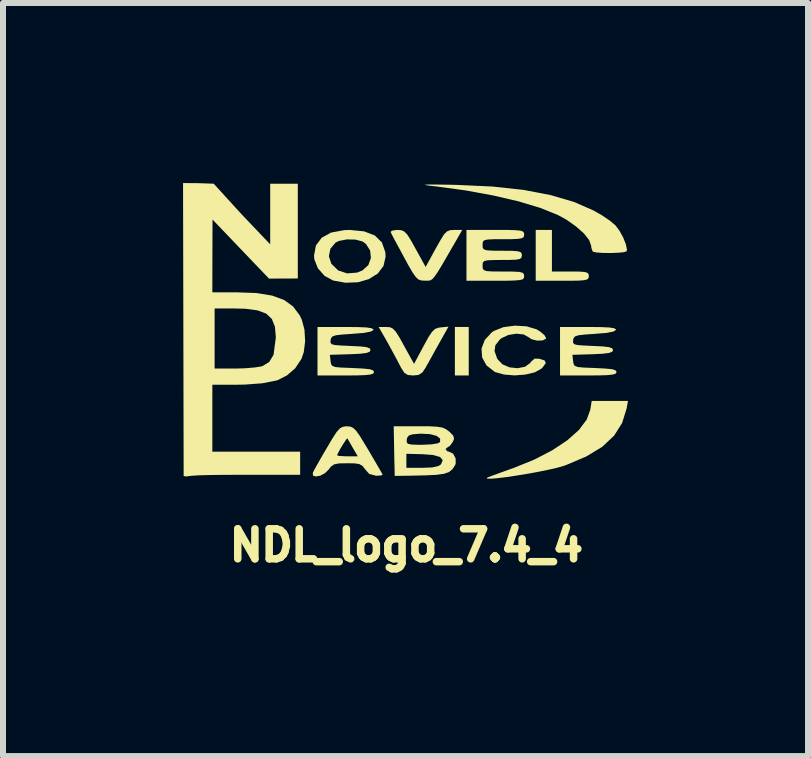
<source format=kicad_pcb>
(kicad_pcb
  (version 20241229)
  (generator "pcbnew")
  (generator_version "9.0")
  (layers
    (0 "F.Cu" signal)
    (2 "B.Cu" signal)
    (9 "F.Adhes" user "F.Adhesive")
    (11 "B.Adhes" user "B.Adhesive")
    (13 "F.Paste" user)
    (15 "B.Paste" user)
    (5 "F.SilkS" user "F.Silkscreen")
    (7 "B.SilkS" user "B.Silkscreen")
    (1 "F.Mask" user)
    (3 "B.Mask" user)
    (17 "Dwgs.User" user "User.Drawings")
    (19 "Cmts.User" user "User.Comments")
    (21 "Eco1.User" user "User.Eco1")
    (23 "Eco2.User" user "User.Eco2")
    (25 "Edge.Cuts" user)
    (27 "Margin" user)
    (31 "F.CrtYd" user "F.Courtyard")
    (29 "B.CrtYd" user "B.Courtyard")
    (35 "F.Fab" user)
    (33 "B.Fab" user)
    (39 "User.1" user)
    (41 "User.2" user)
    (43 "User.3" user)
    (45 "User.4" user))
  (footprint "NDL_logo_7.4_4"
    (layer "F.Cu")
    (at 3.721 2.436)
    (property "Reference" "NDL_logo_7.4_4" (at 0 3.6 0) (layer "F.SilkS") (effects (font (size 0.5 0.5) (thickness 0.125))))
    (attr through_hole)
    (fp_poly (pts (xy 1.039 0.77) (xy 0.924 0.77) (xy 0.808 0.77) (xy 0.808 0.366) (xy 0.808 -0.038) (xy 0.924 -0.038) (xy 1.039 -0.038) (xy 1.039 0.366) (xy 1.039 0.77)) (stroke (width 0.0001) (type solid)) (fill yes) (layer "F.SilkS"))
    (fp_poly (pts (xy 3.04 -0.884) (xy 3.035 -0.852) (xy 3.012 -0.83) (xy 2.959 -0.817) (xy 2.861 -0.81) (xy 2.706 -0.808) (xy 2.598 -0.808) (xy 2.155 -0.808) (xy 2.155 -1.231) (xy 2.155 -1.655) (xy 2.289 -1.655) (xy 2.425 -1.655) (xy 2.425 -1.308) (xy 2.425 -0.962) (xy 2.733 -0.962) (xy 2.885 -0.961) (xy 2.978 -0.953) (xy 3.024 -0.936) (xy 3.039 -0.905) (xy 3.04 -0.884)) (stroke (width 0.0001) (type solid)) (fill yes) (layer "F.SilkS"))
    (fp_poly (pts (xy 0.702 -0.044) (xy 0.555 0.218) (xy 0.471 0.368) (xy 0.391 0.513) (xy 0.33 0.621) (xy 0.329 0.626) (xy 0.268 0.719) (xy 0.204 0.761) (xy 0.113 0.77) (xy 0.025 0.762) (xy -0.034 0.726) (xy -0.088 0.642) (xy -0.106 0.606) (xy -0.17 0.485) (xy -0.252 0.333) (xy -0.324 0.202) (xy -0.462 -0.038) (xy -0.336 -0.038) (xy -0.274 -0.034) (xy -0.224 -0.01) (xy -0.174 0.044) (xy -0.112 0.143) (xy -0.042 0.27) (xy 0.128 0.577) (xy 0.287 0.279) (xy 0.367 0.134) (xy 0.426 0.045) (xy 0.477 -0.005) (xy 0.532 -0.025) (xy 0.574 -0.031) (xy 0.702 -0.044)) (stroke (width 0.0001) (type solid)) (fill yes) (layer "F.SilkS"))
    (fp_poly (pts (xy 3.692 1.194) (xy 3.67 1.319) (xy 3.595 1.561) (xy 3.461 1.773) (xy 3.264 1.958) (xy 2.999 2.119) (xy 2.665 2.261) (xy 2.622 2.276) (xy 2.515 2.307) (xy 2.371 2.34) (xy 2.205 2.374) (xy 2.026 2.407) (xy 1.847 2.436) (xy 1.678 2.462) (xy 1.531 2.48) (xy 1.418 2.49) (xy 1.349 2.49) (xy 1.337 2.479) (xy 1.366 2.464) (xy 1.435 2.438) (xy 1.556 2.394) (xy 1.708 2.339) (xy 1.79 2.31) (xy 2.131 2.172) (xy 2.43 2.017) (xy 2.68 1.851) (xy 2.874 1.679) (xy 3.004 1.506) (xy 3.064 1.343) (xy 3.088 1.194) (xy 3.391 1.194) (xy 3.692 1.194)) (stroke (width 0.0001) (type solid)) (fill yes) (layer "F.SilkS"))
    (fp_poly (pts (xy 0.931 -1.655) (xy 0.826 -1.472) (xy 0.695 -1.246) (xy 0.598 -1.078) (xy 0.526 -0.959) (xy 0.473 -0.882) (xy 0.434 -0.837) (xy 0.401 -0.815) (xy 0.366 -0.809) (xy 0.324 -0.809) (xy 0.308 -0.809) (xy 0.248 -0.813) (xy 0.201 -0.829) (xy 0.156 -0.871) (xy 0.102 -0.948) (xy 0.029 -1.074) (xy -0.038 -1.198) (xy -0.123 -1.355) (xy -0.195 -1.488) (xy -0.244 -1.582) (xy -0.263 -1.621) (xy -0.239 -1.643) (xy -0.162 -1.655) (xy -0.147 -1.655) (xy -0.083 -1.65) (xy -0.034 -1.628) (xy 0.016 -1.576) (xy 0.077 -1.479) (xy 0.151 -1.346) (xy 0.321 -1.038) (xy 0.489 -1.346) (xy 0.572 -1.492) (xy 0.629 -1.583) (xy 0.678 -1.631) (xy 0.729 -1.651) (xy 0.794 -1.655) (xy 0.931 -1.655)) (stroke (width 0.0001) (type solid)) (fill yes) (layer "F.SilkS"))
    (fp_poly (pts (xy -0.346 -1.211) (xy -0.381 -1.055) (xy -0.477 -0.928) (xy -0.591 -0.857) (xy -0.591 -1.187) (xy -0.604 -1.312) (xy -0.672 -1.419) (xy -0.73 -1.462) (xy -0.846 -1.494) (xy -0.991 -1.497) (xy -1.122 -1.472) (xy -1.18 -1.444) (xy -1.266 -1.342) (xy -1.291 -1.215) (xy -1.25 -1.091) (xy -1.136 -0.98) (xy -0.987 -0.931) (xy -0.822 -0.944) (xy -0.733 -0.98) (xy -0.634 -1.069) (xy -0.591 -1.187) (xy -0.591 -0.857) (xy -0.624 -0.836) (xy -0.806 -0.783) (xy -1.015 -0.775) (xy -1.219 -0.812) (xy -1.363 -0.889) (xy -1.474 -1.015) (xy -1.534 -1.166) (xy -1.539 -1.226) (xy -1.507 -1.396) (xy -1.411 -1.525) (xy -1.254 -1.611) (xy -1.038 -1.651) (xy -0.943 -1.655) (xy -0.704 -1.631) (xy -0.525 -1.562) (xy -0.408 -1.447) (xy -0.351 -1.286) (xy -0.346 -1.211)) (stroke (width 0.0001) (type solid)) (fill yes) (layer "F.SilkS"))
    (fp_poly (pts (xy 3.675 -1.327) (xy 3.669 -1.299) (xy 3.624 -1.284) (xy 3.527 -1.275) (xy 3.402 -1.27) (xy 3.274 -1.272) (xy 3.168 -1.279) (xy 3.108 -1.293) (xy 3.105 -1.295) (xy 3.083 -1.352) (xy 3.079 -1.391) (xy 3.046 -1.485) (xy 2.957 -1.597) (xy 2.825 -1.714) (xy 2.665 -1.827) (xy 2.525 -1.903) (xy 2.231 -2.022) (xy 1.869 -2.131) (xy 1.452 -2.228) (xy 0.989 -2.313) (xy 0.489 -2.381) (xy 0.462 -2.383) (xy 0.359 -2.396) (xy 0.308 -2.405) (xy 0.315 -2.409) (xy 0.383 -2.412) (xy 0.516 -2.411) (xy 0.72 -2.408) (xy 0.846 -2.405) (xy 1.433 -2.378) (xy 1.952 -2.322) (xy 2.406 -2.235) (xy 2.799 -2.119) (xy 3.12 -1.978) (xy 3.263 -1.896) (xy 3.392 -1.808) (xy 3.48 -1.734) (xy 3.481 -1.734) (xy 3.55 -1.642) (xy 3.613 -1.528) (xy 3.658 -1.414) (xy 3.675 -1.327)) (stroke (width 0.0001) (type solid)) (fill yes) (layer "F.SilkS"))
    (fp_poly (pts (xy 2.329 0.148) (xy 2.326 0.157) (xy 2.269 0.187) (xy 2.176 0.189) (xy 2.085 0.166) (xy 2.04 0.135) (xy 1.955 0.087) (xy 1.832 0.074) (xy 1.7 0.095) (xy 1.586 0.148) (xy 1.556 0.172) (xy 1.482 0.268) (xy 1.469 0.364) (xy 1.511 0.484) (xy 1.519 0.499) (xy 1.6 0.584) (xy 1.719 0.635) (xy 1.853 0.649) (xy 1.977 0.625) (xy 2.066 0.56) (xy 2.077 0.541) (xy 2.138 0.489) (xy 2.212 0.491) (xy 2.303 0.519) (xy 2.323 0.563) (xy 2.273 0.633) (xy 2.248 0.658) (xy 2.139 0.718) (xy 1.982 0.755) (xy 1.805 0.769) (xy 1.629 0.755) (xy 1.484 0.715) (xy 1.47 0.708) (xy 1.335 0.603) (xy 1.262 0.469) (xy 1.252 0.322) (xy 1.306 0.179) (xy 1.422 0.053) (xy 1.459 0.028) (xy 1.617 -0.035) (xy 1.807 -0.06) (xy 2.001 -0.049) (xy 2.168 0.001) (xy 2.226 0.035) (xy 2.299 0.097) (xy 2.329 0.148)) (stroke (width 0.0001) (type solid)) (fill yes) (layer "F.SilkS"))
    (fp_poly (pts (xy -0.539 0.714) (xy -0.552 0.738) (xy -0.597 0.754) (xy -0.686 0.764) (xy -0.83 0.769) (xy -1.01 0.77) (xy -1.481 0.77) (xy -1.481 0.366) (xy -1.481 -0.038) (xy -1.01 -0.038) (xy -0.802 -0.036) (xy -0.662 -0.03) (xy -0.581 -0.017) (xy -0.55 0.001) (xy -0.548 0.01) (xy -0.591 0.038) (xy -0.707 0.061) (xy -0.897 0.076) (xy -0.904 0.077) (xy -1.069 0.088) (xy -1.173 0.1) (xy -1.23 0.119) (xy -1.255 0.148) (xy -1.263 0.181) (xy -1.264 0.222) (xy -1.246 0.248) (xy -1.192 0.263) (xy -1.089 0.271) (xy -0.936 0.278) (xy -0.768 0.286) (xy -0.664 0.298) (xy -0.611 0.318) (xy -0.597 0.346) (xy -0.612 0.375) (xy -0.666 0.395) (xy -0.771 0.408) (xy -0.936 0.416) (xy -1.275 0.426) (xy -1.263 0.531) (xy -1.255 0.58) (xy -1.234 0.611) (xy -1.186 0.629) (xy -1.095 0.638) (xy -0.944 0.644) (xy -0.895 0.646) (xy -0.722 0.655) (xy -0.612 0.666) (xy -0.555 0.685) (xy -0.539 0.712) (xy -0.539 0.714)) (stroke (width 0.0001) (type solid)) (fill yes) (layer "F.SilkS"))
    (fp_poly (pts (xy 3.502 0.714) (xy 3.489 0.738) (xy 3.444 0.754) (xy 3.355 0.764) (xy 3.211 0.769) (xy 3.031 0.77) (xy 2.56 0.77) (xy 2.56 0.366) (xy 2.56 -0.038) (xy 3.031 -0.038) (xy 3.239 -0.036) (xy 3.379 -0.03) (xy 3.46 -0.017) (xy 3.491 0.001) (xy 3.493 0.01) (xy 3.45 0.038) (xy 3.334 0.061) (xy 3.144 0.076) (xy 3.137 0.077) (xy 2.972 0.088) (xy 2.868 0.1) (xy 2.811 0.119) (xy 2.786 0.148) (xy 2.778 0.181) (xy 2.777 0.222) (xy 2.795 0.248) (xy 2.849 0.263) (xy 2.952 0.271) (xy 3.105 0.278) (xy 3.273 0.286) (xy 3.377 0.298) (xy 3.43 0.318) (xy 3.444 0.346) (xy 3.429 0.375) (xy 3.375 0.395) (xy 3.27 0.408) (xy 3.105 0.416) (xy 2.766 0.426) (xy 2.778 0.531) (xy 2.786 0.58) (xy 2.807 0.611) (xy 2.855 0.629) (xy 2.946 0.638) (xy 3.096 0.644) (xy 3.146 0.646) (xy 3.319 0.655) (xy 3.429 0.666) (xy 3.486 0.685) (xy 3.502 0.712) (xy 3.502 0.714)) (stroke (width 0.0001) (type solid)) (fill yes) (layer "F.SilkS"))
    (fp_poly (pts (xy -0.395 2.422) (xy -0.421 2.436) (xy -0.499 2.441) (xy -0.504 2.441) (xy -0.618 2.411) (xy -0.687 2.334) (xy -0.73 2.278) (xy -0.783 2.247) (xy -0.81 2.242) (xy -0.81 2.117) (xy -0.894 1.973) (xy -0.946 1.882) (xy -0.979 1.825) (xy -0.984 1.817) (xy -1.004 1.839) (xy -1.047 1.904) (xy -1.097 1.985) (xy -1.137 2.059) (xy -1.155 2.1) (xy -1.12 2.111) (xy -1.033 2.116) (xy -0.983 2.117) (xy -0.81 2.117) (xy -0.81 2.242) (xy -0.871 2.234) (xy -0.987 2.233) (xy -1.121 2.235) (xy -1.203 2.251) (xy -1.256 2.287) (xy -1.295 2.338) (xy -1.358 2.399) (xy -1.436 2.44) (xy -1.51 2.453) (xy -1.556 2.437) (xy -1.559 2.392) (xy -1.532 2.338) (xy -1.474 2.234) (xy -1.396 2.097) (xy -1.325 1.977) (xy -1.231 1.817) (xy -1.163 1.713) (xy -1.109 1.653) (xy -1.062 1.626) (xy -1.008 1.617) (xy -0.989 1.617) (xy -0.934 1.622) (xy -0.887 1.643) (xy -0.838 1.69) (xy -0.776 1.777) (xy -0.693 1.913) (xy -0.635 2.009) (xy -0.544 2.164) (xy -0.469 2.293) (xy -0.416 2.384) (xy -0.395 2.422)) (stroke (width 0.0001) (type solid)) (fill yes) (layer "F.SilkS"))
    (fp_poly (pts (xy 1.963 -0.884) (xy 1.958 -0.853) (xy 1.936 -0.831) (xy 1.885 -0.819) (xy 1.792 -0.812) (xy 1.644 -0.808) (xy 1.481 -0.808) (xy 1.001 -0.808) (xy 1.001 -1.231) (xy 1.001 -1.655) (xy 1.481 -1.655) (xy 1.681 -1.655) (xy 1.816 -1.651) (xy 1.899 -1.643) (xy 1.943 -1.628) (xy 1.96 -1.604) (xy 1.963 -1.577) (xy 1.957 -1.541) (xy 1.929 -1.518) (xy 1.867 -1.507) (xy 1.753 -1.501) (xy 1.616 -1.501) (xy 1.452 -1.5) (xy 1.351 -1.495) (xy 1.295 -1.481) (xy 1.274 -1.456) (xy 1.27 -1.413) (xy 1.27 -1.404) (xy 1.272 -1.358) (xy 1.292 -1.33) (xy 1.343 -1.315) (xy 1.44 -1.309) (xy 1.597 -1.308) (xy 1.756 -1.307) (xy 1.853 -1.3) (xy 1.904 -1.285) (xy 1.922 -1.257) (xy 1.925 -1.231) (xy 1.918 -1.194) (xy 1.89 -1.171) (xy 1.824 -1.159) (xy 1.706 -1.155) (xy 1.597 -1.155) (xy 1.439 -1.153) (xy 1.342 -1.148) (xy 1.292 -1.133) (xy 1.272 -1.105) (xy 1.27 -1.058) (xy 1.272 -1.012) (xy 1.291 -0.985) (xy 1.339 -0.969) (xy 1.433 -0.963) (xy 1.585 -0.962) (xy 1.616 -0.962) (xy 1.78 -0.961) (xy 1.883 -0.955) (xy 1.937 -0.941) (xy 1.959 -0.916) (xy 1.963 -0.884)) (stroke (width 0.0001) (type solid)) (fill yes) (layer "F.SilkS"))
    (fp_poly (pts (xy -3.721 -2.436) (xy -3.711 2.444) (xy -3.671 2.453) (xy -3.595 2.443) (xy -3.469 2.434) (xy -3.288 2.429) (xy -3.043 2.426) (xy -2.729 2.425) (xy -1.77 2.425) (xy -1.77 2.233) (xy -1.77 2.04) (xy -2.502 2.04) (xy -3.233 2.04) (xy -3.233 1.482) (xy -3.233 0.924) (xy -2.817 0.924) (xy -2.69 0.922) (xy -2.399 0.9) (xy -2.15 0.851) (xy -1.99 0.769) (xy -1.853 0.651) (xy -1.748 0.494) (xy -1.709 0.38) (xy -1.687 0.199) (xy -1.698 0.008) (xy -1.742 -0.158) (xy -1.778 -0.233) (xy -1.888 -0.38) (xy -2.038 -0.488) (xy -2.237 -0.561) (xy -2.495 -0.603) (xy -2.817 -0.615) (xy -3.233 -0.615) (xy -3.232 -1.222) (xy -3.23 -1.828) (xy -2.76 -1.336) (xy -2.289 -0.844) (xy -2.049 -0.845) (xy -1.809 -0.846) (xy -1.809 -1.635) (xy -1.809 -2.425) (xy -2.039 -2.425) (xy -2.269 -2.425) (xy -2.269 -1.415) (xy -2.75 -1.92) (xy -3.21 -2.425) (xy -3.461 -2.434) (xy -3.721 -2.436) (xy -3.195 -0.346) (xy -2.866 -0.346) (xy -2.688 -0.342) (xy -2.481 -0.315) (xy -2.336 -0.261) (xy -2.241 -0.171) (xy -2.19 -0.042) (xy -2.175 0.134) (xy -2.213 0.425) (xy -2.285 0.545) (xy -2.398 0.614) (xy -2.42 0.62) (xy -2.531 0.637) (xy -2.684 0.65) (xy -2.854 0.655) (xy -3.195 0.655) (xy -3.195 0.155) (xy -3.195 -0.346)) (stroke (width 0.0001) (type solid)) (fill yes) (layer "F.SilkS"))
    (fp_poly (pts (xy 0.822 2.239) (xy 0.812 2.264) (xy 0.767 2.333) (xy 0.709 2.38) (xy 0.624 2.409) (xy 0.606 2.411) (xy 0.606 2.181) (xy 0.563 2.13) (xy 0.563 1.822) (xy 0.502 1.776) (xy 0.39 1.747) (xy 0.244 1.74) (xy 0.231 1.74) (xy 0.107 1.75) (xy 0.042 1.77) (xy 0.013 1.808) (xy 0.007 1.838) (xy 0.005 1.883) (xy 0.027 1.909) (xy 0.087 1.921) (xy 0.202 1.925) (xy 0.264 1.925) (xy 0.417 1.918) (xy 0.522 1.901) (xy 0.561 1.88) (xy 0.563 1.822) (xy 0.563 2.13) (xy 0.562 2.129) (xy 0.443 2.095) (xy 0.269 2.082) (xy 0 2.075) (xy 0 2.191) (xy 0 2.309) (xy 0.264 2.309) (xy 0.432 2.302) (xy 0.533 2.28) (xy 0.577 2.251) (xy 0.606 2.181) (xy 0.606 2.411) (xy 0.494 2.426) (xy 0.308 2.435) (xy 0.234 2.436) (xy 0.064 2.44) (xy -0.075 2.442) (xy -0.166 2.443) (xy -0.194 2.444) (xy -0.195 2.408) (xy -0.197 2.311) (xy -0.201 2.168) (xy -0.203 2.03) (xy -0.211 1.616) (xy 0.2 1.616) (xy 0.387 1.617) (xy 0.514 1.624) (xy 0.598 1.638) (xy 0.658 1.664) (xy 0.711 1.703) (xy 0.715 1.705) (xy 0.782 1.773) (xy 0.794 1.828) (xy 0.773 1.878) (xy 0.725 1.943) (xy 0.692 1.963) (xy 0.655 1.993) (xy 0.655 2.002) (xy 0.685 2.035) (xy 0.71 2.04) (xy 0.778 2.072) (xy 0.82 2.15) (xy 0.822 2.239)) (stroke (width 0.0001) (type solid)) (fill yes) (layer "F.SilkS")))
  (gr_rect
    (start -3 -3)
    (end 10.413 9.548)
    (stroke (width 0.1) (type default))
    (fill no)
    (layer "Edge.Cuts")))
</source>
